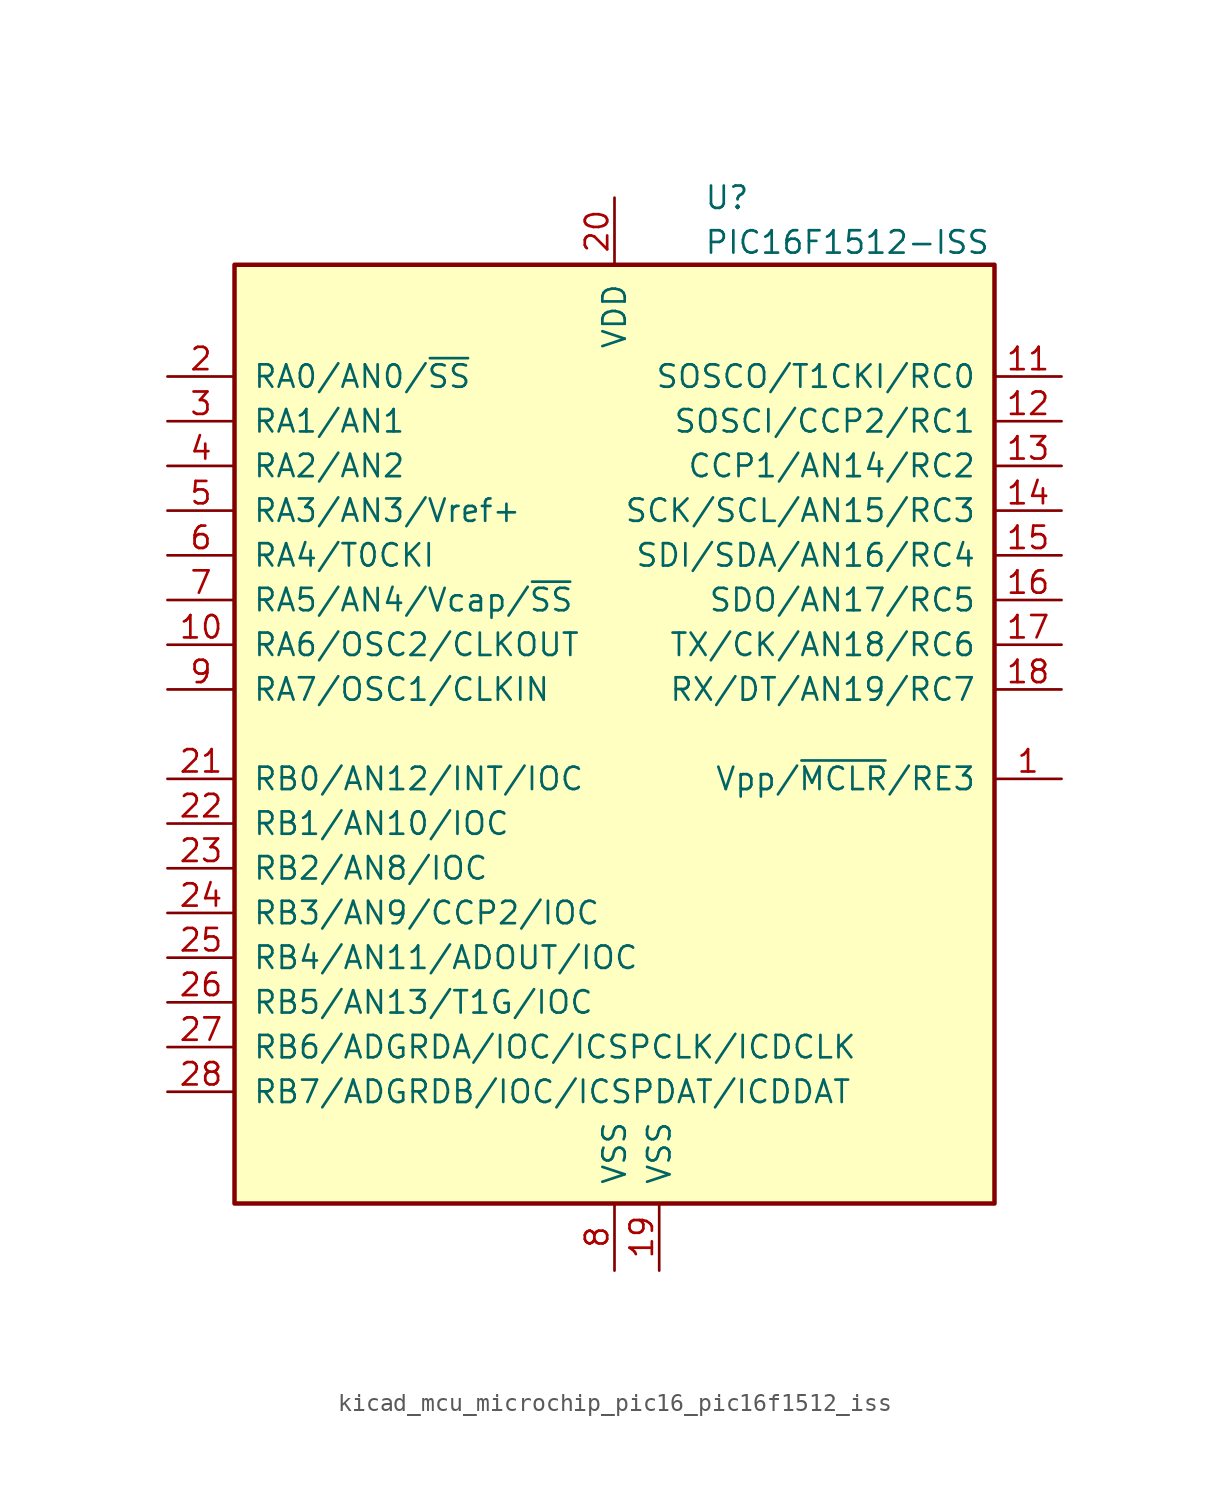
<source format=kicad_sym>
(kicad_symbol_lib
  (version 20220914)
  (generator kicad_symbol_editor)
  (symbol "kicad_mcu_microchip_pic16_pic16f1512_iss"
    (pin_names
      (offset 1.016))
    (property "Reference" "U"
      (at 5.08 30.48 0)
      (effects (font (size 1.27 1.27)) (justify left)))
    (property "Value" "PIC16F1512-ISS"
      (at 5.08 27.94 0)
      (effects (font (size 1.27 1.27)) (justify left)))
    (symbol "kicad_mcu_microchip_pic16_pic16f1512_iss_0_1"
      (rectangle (start -21.59 26.67) (end 21.59 -26.67) (stroke (width 0.254) (type default)) (fill (type background))))
    (symbol "kicad_mcu_microchip_pic16_pic16f1512_iss_1_1"
      (pin input line (at 25.4 -2.54 180) (length 3.81) (name "Vpp/~{MCLR}/RE3" (effects (font (size 1.27 1.27)))) (number "1" (effects (font (size 1.27 1.27)))))
      (pin bidirectional line (at -25.4 5.08 0) (length 3.81) (name "RA6/OSC2/CLKOUT" (effects (font (size 1.27 1.27)))) (number "10" (effects (font (size 1.27 1.27)))))
      (pin bidirectional line (at 25.4 20.32 180) (length 3.81) (name "SOSCO/T1CKI/RC0" (effects (font (size 1.27 1.27)))) (number "11" (effects (font (size 1.27 1.27)))))
      (pin bidirectional line (at 25.4 17.78 180) (length 3.81) (name "SOSCI/CCP2/RC1" (effects (font (size 1.27 1.27)))) (number "12" (effects (font (size 1.27 1.27)))))
      (pin bidirectional line (at 25.4 15.24 180) (length 3.81) (name "CCP1/AN14/RC2" (effects (font (size 1.27 1.27)))) (number "13" (effects (font (size 1.27 1.27)))))
      (pin bidirectional line (at 25.4 12.7 180) (length 3.81) (name "SCK/SCL/AN15/RC3" (effects (font (size 1.27 1.27)))) (number "14" (effects (font (size 1.27 1.27)))))
      (pin bidirectional line (at 25.4 10.16 180) (length 3.81) (name "SDI/SDA/AN16/RC4" (effects (font (size 1.27 1.27)))) (number "15" (effects (font (size 1.27 1.27)))))
      (pin bidirectional line (at 25.4 7.62 180) (length 3.81) (name "SDO/AN17/RC5" (effects (font (size 1.27 1.27)))) (number "16" (effects (font (size 1.27 1.27)))))
      (pin bidirectional line (at 25.4 5.08 180) (length 3.81) (name "TX/CK/AN18/RC6" (effects (font (size 1.27 1.27)))) (number "17" (effects (font (size 1.27 1.27)))))
      (pin bidirectional line (at 25.4 2.54 180) (length 3.81) (name "RX/DT/AN19/RC7" (effects (font (size 1.27 1.27)))) (number "18" (effects (font (size 1.27 1.27)))))
      (pin power_in line (at 2.54 -30.48 90) (length 3.81) (name "VSS" (effects (font (size 1.27 1.27)))) (number "19" (effects (font (size 1.27 1.27)))))
      (pin bidirectional line (at -25.4 20.32 0) (length 3.81) (name "RA0/AN0/~{SS}" (effects (font (size 1.27 1.27)))) (number "2" (effects (font (size 1.27 1.27)))))
      (pin power_in line (at 0 30.48 270) (length 3.81) (name "VDD" (effects (font (size 1.27 1.27)))) (number "20" (effects (font (size 1.27 1.27)))))
      (pin bidirectional line (at -25.4 -2.54 0) (length 3.81) (name "RB0/AN12/INT/IOC" (effects (font (size 1.27 1.27)))) (number "21" (effects (font (size 1.27 1.27)))))
      (pin bidirectional line (at -25.4 -5.08 0) (length 3.81) (name "RB1/AN10/IOC" (effects (font (size 1.27 1.27)))) (number "22" (effects (font (size 1.27 1.27)))))
      (pin bidirectional line (at -25.4 -7.62 0) (length 3.81) (name "RB2/AN8/IOC" (effects (font (size 1.27 1.27)))) (number "23" (effects (font (size 1.27 1.27)))))
      (pin bidirectional line (at -25.4 -10.16 0) (length 3.81) (name "RB3/AN9/CCP2/IOC" (effects (font (size 1.27 1.27)))) (number "24" (effects (font (size 1.27 1.27)))))
      (pin bidirectional line (at -25.4 -12.7 0) (length 3.81) (name "RB4/AN11/ADOUT/IOC" (effects (font (size 1.27 1.27)))) (number "25" (effects (font (size 1.27 1.27)))))
      (pin bidirectional line (at -25.4 -15.24 0) (length 3.81) (name "RB5/AN13/T1G/IOC" (effects (font (size 1.27 1.27)))) (number "26" (effects (font (size 1.27 1.27)))))
      (pin bidirectional line (at -25.4 -17.78 0) (length 3.81) (name "RB6/ADGRDA/IOC/ICSPCLK/ICDCLK" (effects (font (size 1.27 1.27)))) (number "27" (effects (font (size 1.27 1.27)))))
      (pin bidirectional line (at -25.4 -20.32 0) (length 3.81) (name "RB7/ADGRDB/IOC/ICSPDAT/ICDDAT" (effects (font (size 1.27 1.27)))) (number "28" (effects (font (size 1.27 1.27)))))
      (pin bidirectional line (at -25.4 17.78 0) (length 3.81) (name "RA1/AN1" (effects (font (size 1.27 1.27)))) (number "3" (effects (font (size 1.27 1.27)))))
      (pin bidirectional line (at -25.4 15.24 0) (length 3.81) (name "RA2/AN2" (effects (font (size 1.27 1.27)))) (number "4" (effects (font (size 1.27 1.27)))))
      (pin bidirectional line (at -25.4 12.7 0) (length 3.81) (name "RA3/AN3/Vref+" (effects (font (size 1.27 1.27)))) (number "5" (effects (font (size 1.27 1.27)))))
      (pin bidirectional line (at -25.4 10.16 0) (length 3.81) (name "RA4/T0CKI" (effects (font (size 1.27 1.27)))) (number "6" (effects (font (size 1.27 1.27)))))
      (pin bidirectional line (at -25.4 7.62 0) (length 3.81) (name "RA5/AN4/Vcap/~{SS}" (effects (font (size 1.27 1.27)))) (number "7" (effects (font (size 1.27 1.27)))))
      (pin power_in line (at 0 -30.48 90) (length 3.81) (name "VSS" (effects (font (size 1.27 1.27)))) (number "8" (effects (font (size 1.27 1.27)))))
      (pin bidirectional line (at -25.4 2.54 0) (length 3.81) (name "RA7/OSC1/CLKIN" (effects (font (size 1.27 1.27)))) (number "9" (effects (font (size 1.27 1.27))))))))
</source>
